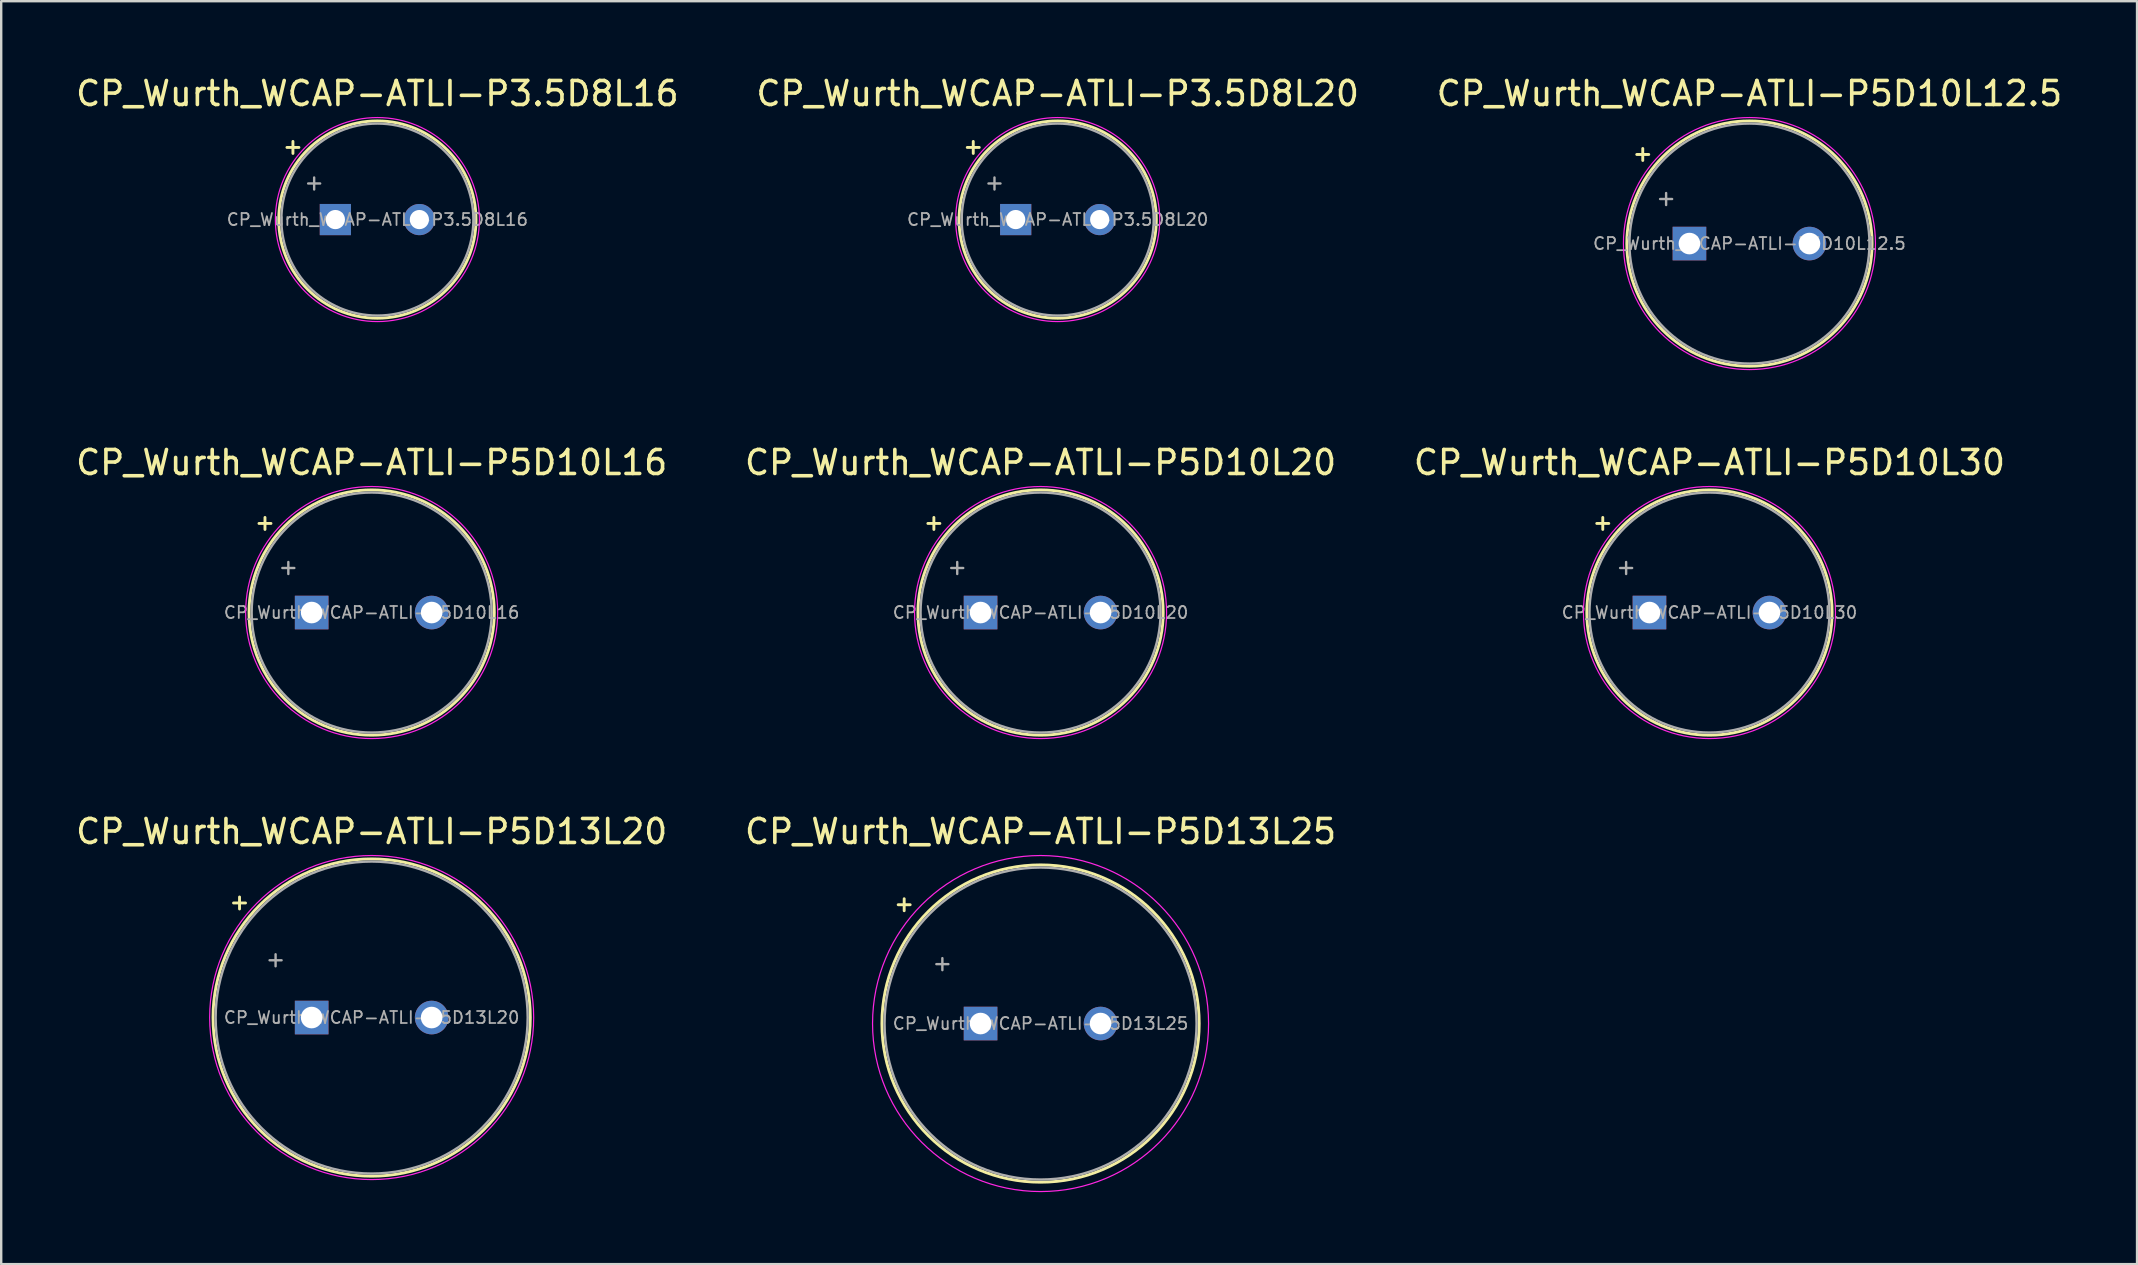
<source format=kicad_pcb>
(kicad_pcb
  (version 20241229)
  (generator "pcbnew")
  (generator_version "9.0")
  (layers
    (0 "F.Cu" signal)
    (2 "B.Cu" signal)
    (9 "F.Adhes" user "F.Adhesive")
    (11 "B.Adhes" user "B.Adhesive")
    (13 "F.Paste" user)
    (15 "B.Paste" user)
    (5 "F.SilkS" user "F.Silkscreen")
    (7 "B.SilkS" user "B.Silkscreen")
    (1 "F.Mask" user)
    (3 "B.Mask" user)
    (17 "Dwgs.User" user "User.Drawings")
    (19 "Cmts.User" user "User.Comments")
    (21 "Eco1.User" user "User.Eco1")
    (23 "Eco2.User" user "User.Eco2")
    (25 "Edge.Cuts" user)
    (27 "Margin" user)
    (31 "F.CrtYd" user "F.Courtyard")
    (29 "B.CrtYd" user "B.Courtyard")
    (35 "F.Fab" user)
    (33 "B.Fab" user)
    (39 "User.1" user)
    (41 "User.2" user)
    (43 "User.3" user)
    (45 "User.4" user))
  (footprint "CP_Wurth_WCAP-ATLI-P5D13L25"
    (layer "F.Cu")
    (at 37.804 39.595)
    (property "Reference" "CP_Wurth_WCAP-ATLI-P5D13L25" (at 2.5 -8 0) (unlocked yes) (layer "F.SilkS") (effects (font (size 1 1) (thickness 0.15))))
    (attr through_hole)
    (fp_line (start -3.432 -4.95) (end -2.932 -4.95) (stroke (width 0.12) (type solid)) (layer "F.SilkS"))
    (fp_line (start -3.182 -4.7) (end -3.182 -5.2) (stroke (width 0.12) (type solid)) (layer "F.SilkS"))
    (fp_circle (center 2.5 0) (end 9.11 0) (stroke (width 0.12) (type solid)) (fill no) (layer "F.SilkS"))
    (fp_circle (center 2.5 0) (end 9.5 0) (stroke (width 0.05) (type solid)) (fill no) (layer "F.CrtYd"))
    (fp_line (start -1.841 -2.475) (end -1.341 -2.475) (stroke (width 0.1) (type default)) (layer "F.Fab"))
    (fp_line (start -1.591 -2.225) (end -1.591 -2.725) (stroke (width 0.1) (type default)) (layer "F.Fab"))
    (fp_circle (center 2.5 0) (end 9 0) (stroke (width 0.1) (type solid)) (fill no) (layer "F.Fab"))
    (fp_text user "${REFERENCE}" (at 2.5 0 0) (unlocked yes) (layer "F.Fab") (effects (font (size 0.5 0.5) (thickness 0.075))))
    (pad "1" thru_hole rect (at 0 0) (size 1.4 1.4) (drill 0.9) (layers "*.Cu" "*.Mask"))
    (pad "2" thru_hole circle (at 5 0) (size 1.4 1.4) (drill 0.9) (layers "*.Cu" "*.Mask")))
  (footprint "CP_Wurth_WCAP-ATLI-P5D10L12.5"
    (layer "F.Cu")
    (at 67.339 7.098)
    (property "Reference" "CP_Wurth_WCAP-ATLI-P5D10L12.5" (at 2.5 -6.25 0) (unlocked yes) (layer "F.SilkS") (effects (font (size 1 1) (thickness 0.15))))
    (attr through_hole)
    (fp_line (start -2.195 -3.712) (end -1.695 -3.712) (stroke (width 0.12) (type solid)) (layer "F.SilkS"))
    (fp_line (start -1.945 -3.462) (end -1.945 -3.962) (stroke (width 0.12) (type solid)) (layer "F.SilkS"))
    (fp_circle (center 2.5 0) (end 7.61 0) (stroke (width 0.12) (type solid)) (fill no) (layer "F.SilkS"))
    (fp_circle (center 2.5 0) (end 7.75 0) (stroke (width 0.05) (type solid)) (fill no) (layer "F.CrtYd"))
    (fp_line (start -1.222 -1.856) (end -0.722 -1.856) (stroke (width 0.1) (type default)) (layer "F.Fab"))
    (fp_line (start -0.972 -1.606) (end -0.972 -2.106) (stroke (width 0.1) (type default)) (layer "F.Fab"))
    (fp_circle (center 2.5 0) (end 7.5 0) (stroke (width 0.1) (type solid)) (fill no) (layer "F.Fab"))
    (fp_text user "${REFERENCE}" (at 2.5 0 0) (unlocked yes) (layer "F.Fab") (effects (font (size 0.5 0.5) (thickness 0.075))))
    (pad "1" thru_hole rect (at 0 0) (size 1.4 1.4) (drill 0.9) (layers "*.Cu" "*.Mask"))
    (pad "2" thru_hole circle (at 5 0) (size 1.4 1.4) (drill 0.9) (layers "*.Cu" "*.Mask")))
  (footprint "CP_Wurth_WCAP-ATLI-P5D10L16"
    (layer "F.Cu")
    (at 9.935 22.471)
    (property "Reference" "CP_Wurth_WCAP-ATLI-P5D10L16" (at 2.5 -6.25 0) (unlocked yes) (layer "F.SilkS") (effects (font (size 1 1) (thickness 0.15))))
    (attr through_hole)
    (fp_line (start -2.195 -3.712) (end -1.695 -3.712) (stroke (width 0.12) (type solid)) (layer "F.SilkS"))
    (fp_line (start -1.945 -3.462) (end -1.945 -3.962) (stroke (width 0.12) (type solid)) (layer "F.SilkS"))
    (fp_circle (center 2.5 0) (end 7.61 0) (stroke (width 0.12) (type solid)) (fill no) (layer "F.SilkS"))
    (fp_circle (center 2.5 0) (end 7.75 0) (stroke (width 0.05) (type solid)) (fill no) (layer "F.CrtYd"))
    (fp_line (start -1.222 -1.856) (end -0.722 -1.856) (stroke (width 0.1) (type default)) (layer "F.Fab"))
    (fp_line (start -0.972 -1.606) (end -0.972 -2.106) (stroke (width 0.1) (type default)) (layer "F.Fab"))
    (fp_circle (center 2.5 0) (end 7.5 0) (stroke (width 0.1) (type solid)) (fill no) (layer "F.Fab"))
    (fp_text user "${REFERENCE}" (at 2.5 0 0) (unlocked yes) (layer "F.Fab") (effects (font (size 0.5 0.5) (thickness 0.075))))
    (pad "1" thru_hole rect (at 0 0) (size 1.4 1.4) (drill 0.9) (layers "*.Cu" "*.Mask"))
    (pad "2" thru_hole circle (at 5 0) (size 1.4 1.4) (drill 0.9) (layers "*.Cu" "*.Mask")))
  (footprint "CP_Wurth_WCAP-ATLI-P5D10L20"
    (layer "F.Cu")
    (at 37.804 22.471)
    (property "Reference" "CP_Wurth_WCAP-ATLI-P5D10L20" (at 2.5 -6.25 0) (unlocked yes) (layer "F.SilkS") (effects (font (size 1 1) (thickness 0.15))))
    (attr through_hole)
    (fp_line (start -2.195 -3.712) (end -1.695 -3.712) (stroke (width 0.12) (type solid)) (layer "F.SilkS"))
    (fp_line (start -1.945 -3.462) (end -1.945 -3.962) (stroke (width 0.12) (type solid)) (layer "F.SilkS"))
    (fp_circle (center 2.5 0) (end 7.61 0) (stroke (width 0.12) (type solid)) (fill no) (layer "F.SilkS"))
    (fp_circle (center 2.5 0) (end 7.75 0) (stroke (width 0.05) (type solid)) (fill no) (layer "F.CrtYd"))
    (fp_line (start -1.222 -1.856) (end -0.722 -1.856) (stroke (width 0.1) (type default)) (layer "F.Fab"))
    (fp_line (start -0.972 -1.606) (end -0.972 -2.106) (stroke (width 0.1) (type default)) (layer "F.Fab"))
    (fp_circle (center 2.5 0) (end 7.5 0) (stroke (width 0.1) (type solid)) (fill no) (layer "F.Fab"))
    (fp_text user "${REFERENCE}" (at 2.5 0 0) (unlocked yes) (layer "F.Fab") (effects (font (size 0.5 0.5) (thickness 0.075))))
    (pad "1" thru_hole rect (at 0 0) (size 1.4 1.4) (drill 0.9) (layers "*.Cu" "*.Mask"))
    (pad "2" thru_hole circle (at 5 0) (size 1.4 1.4) (drill 0.9) (layers "*.Cu" "*.Mask")))
  (footprint "CP_Wurth_WCAP-ATLI-P3.5D8L16"
    (layer "F.Cu")
    (at 10.923 6.098)
    (property "Reference" "CP_Wurth_WCAP-ATLI-P3.5D8L16" (at 1.75 -5.25 0) (unlocked yes) (layer "F.SilkS") (effects (font (size 1 1) (thickness 0.15))))
    (attr through_hole)
    (fp_line (start -2.018 -3.005) (end -1.518 -3.005) (stroke (width 0.12) (type solid)) (layer "F.SilkS"))
    (fp_line (start -1.768 -2.755) (end -1.768 -3.255) (stroke (width 0.12) (type solid)) (layer "F.SilkS"))
    (fp_circle (center 1.75 0) (end 5.86 0) (stroke (width 0.12) (type solid)) (fill no) (layer "F.SilkS"))
    (fp_circle (center 1.75 0) (end 6 0) (stroke (width 0.05) (type solid)) (fill no) (layer "F.CrtYd"))
    (fp_line (start -1.134 -1.503) (end -0.634 -1.503) (stroke (width 0.1) (type default)) (layer "F.Fab"))
    (fp_line (start -0.884 -1.253) (end -0.884 -1.753) (stroke (width 0.1) (type default)) (layer "F.Fab"))
    (fp_circle (center 1.75 0) (end 5.75 0) (stroke (width 0.1) (type solid)) (fill no) (layer "F.Fab"))
    (fp_text user "${REFERENCE}" (at 1.75 0 0) (unlocked yes) (layer "F.Fab") (effects (font (size 0.5 0.5) (thickness 0.075))))
    (pad "1" thru_hole rect (at 0 0) (size 1.3 1.3) (drill 0.8) (layers "*.Cu" "*.Mask"))
    (pad "2" thru_hole circle (at 3.5 0) (size 1.3 1.3) (drill 0.8) (layers "*.Cu" "*.Mask")))
  (footprint "CP_Wurth_WCAP-ATLI-P3.5D8L20"
    (layer "F.Cu")
    (at 39.268 6.098)
    (property "Reference" "CP_Wurth_WCAP-ATLI-P3.5D8L20" (at 1.75 -5.25 0) (unlocked yes) (layer "F.SilkS") (effects (font (size 1 1) (thickness 0.15))))
    (attr through_hole)
    (fp_line (start -2.018 -3.005) (end -1.518 -3.005) (stroke (width 0.12) (type solid)) (layer "F.SilkS"))
    (fp_line (start -1.768 -2.755) (end -1.768 -3.255) (stroke (width 0.12) (type solid)) (layer "F.SilkS"))
    (fp_circle (center 1.75 0) (end 5.86 0) (stroke (width 0.12) (type solid)) (fill no) (layer "F.SilkS"))
    (fp_circle (center 1.75 0) (end 6 0) (stroke (width 0.05) (type solid)) (fill no) (layer "F.CrtYd"))
    (fp_line (start -1.134 -1.503) (end -0.634 -1.503) (stroke (width 0.1) (type default)) (layer "F.Fab"))
    (fp_line (start -0.884 -1.253) (end -0.884 -1.753) (stroke (width 0.1) (type default)) (layer "F.Fab"))
    (fp_circle (center 1.75 0) (end 5.75 0) (stroke (width 0.1) (type solid)) (fill no) (layer "F.Fab"))
    (fp_text user "${REFERENCE}" (at 1.75 0 0) (unlocked yes) (layer "F.Fab") (effects (font (size 0.5 0.5) (thickness 0.075))))
    (pad "1" thru_hole rect (at 0 0) (size 1.3 1.3) (drill 0.8) (layers "*.Cu" "*.Mask"))
    (pad "2" thru_hole circle (at 3.5 0) (size 1.3 1.3) (drill 0.8) (layers "*.Cu" "*.Mask")))
  (footprint "CP_Wurth_WCAP-ATLI-P5D13L20"
    (layer "F.Cu")
    (at 9.935 39.345)
    (property "Reference" "CP_Wurth_WCAP-ATLI-P5D13L20" (at 2.5 -7.75 0) (unlocked yes) (layer "F.SilkS") (effects (font (size 1 1) (thickness 0.15))))
    (attr through_hole)
    (fp_line (start -3.255 -4.773) (end -2.755 -4.773) (stroke (width 0.12) (type solid)) (layer "F.SilkS"))
    (fp_line (start -3.005 -4.523) (end -3.005 -5.023) (stroke (width 0.12) (type solid)) (layer "F.SilkS"))
    (fp_circle (center 2.5 0) (end 9.11 0) (stroke (width 0.12) (type solid)) (fill no) (layer "F.SilkS"))
    (fp_circle (center 2.5 0) (end 9.25 0) (stroke (width 0.05) (type solid)) (fill no) (layer "F.CrtYd"))
    (fp_line (start -1.753 -2.386) (end -1.253 -2.386) (stroke (width 0.1) (type default)) (layer "F.Fab"))
    (fp_line (start -1.503 -2.136) (end -1.503 -2.636) (stroke (width 0.1) (type default)) (layer "F.Fab"))
    (fp_circle (center 2.5 0) (end 9 0) (stroke (width 0.1) (type solid)) (fill no) (layer "F.Fab"))
    (fp_text user "${REFERENCE}" (at 2.5 0 0) (unlocked yes) (layer "F.Fab") (effects (font (size 0.5 0.5) (thickness 0.075))))
    (pad "1" thru_hole rect (at 0 0) (size 1.4 1.4) (drill 0.9) (layers "*.Cu" "*.Mask"))
    (pad "2" thru_hole circle (at 5 0) (size 1.4 1.4) (drill 0.9) (layers "*.Cu" "*.Mask")))
  (footprint "CP_Wurth_WCAP-ATLI-P5D10L30"
    (layer "F.Cu")
    (at 65.673 22.471)
    (property "Reference" "CP_Wurth_WCAP-ATLI-P5D10L30" (at 2.5 -6.25 0) (unlocked yes) (layer "F.SilkS") (effects (font (size 1 1) (thickness 0.15))))
    (attr through_hole)
    (fp_line (start -2.195 -3.712) (end -1.695 -3.712) (stroke (width 0.12) (type solid)) (layer "F.SilkS"))
    (fp_line (start -1.945 -3.462) (end -1.945 -3.962) (stroke (width 0.12) (type solid)) (layer "F.SilkS"))
    (fp_circle (center 2.5 0) (end 7.61 0) (stroke (width 0.12) (type solid)) (fill no) (layer "F.SilkS"))
    (fp_circle (center 2.5 0) (end 7.75 0) (stroke (width 0.05) (type solid)) (fill no) (layer "F.CrtYd"))
    (fp_line (start -1.222 -1.856) (end -0.722 -1.856) (stroke (width 0.1) (type default)) (layer "F.Fab"))
    (fp_line (start -0.972 -1.606) (end -0.972 -2.106) (stroke (width 0.1) (type default)) (layer "F.Fab"))
    (fp_circle (center 2.5 0) (end 7.5 0) (stroke (width 0.1) (type solid)) (fill no) (layer "F.Fab"))
    (fp_text user "${REFERENCE}" (at 2.5 0 0) (unlocked yes) (layer "F.Fab") (effects (font (size 0.5 0.5) (thickness 0.075))))
    (pad "1" thru_hole rect (at 0 0) (size 1.4 1.4) (drill 0.9) (layers "*.Cu" "*.Mask"))
    (pad "2" thru_hole circle (at 5 0) (size 1.4 1.4) (drill 0.9) (layers "*.Cu" "*.Mask")))
  (gr_rect
    (start -3 -3)
    (end 85.988 49.62)
    (stroke (width 0.1) (type default))
    (fill no)
    (layer "Edge.Cuts")))
</source>
